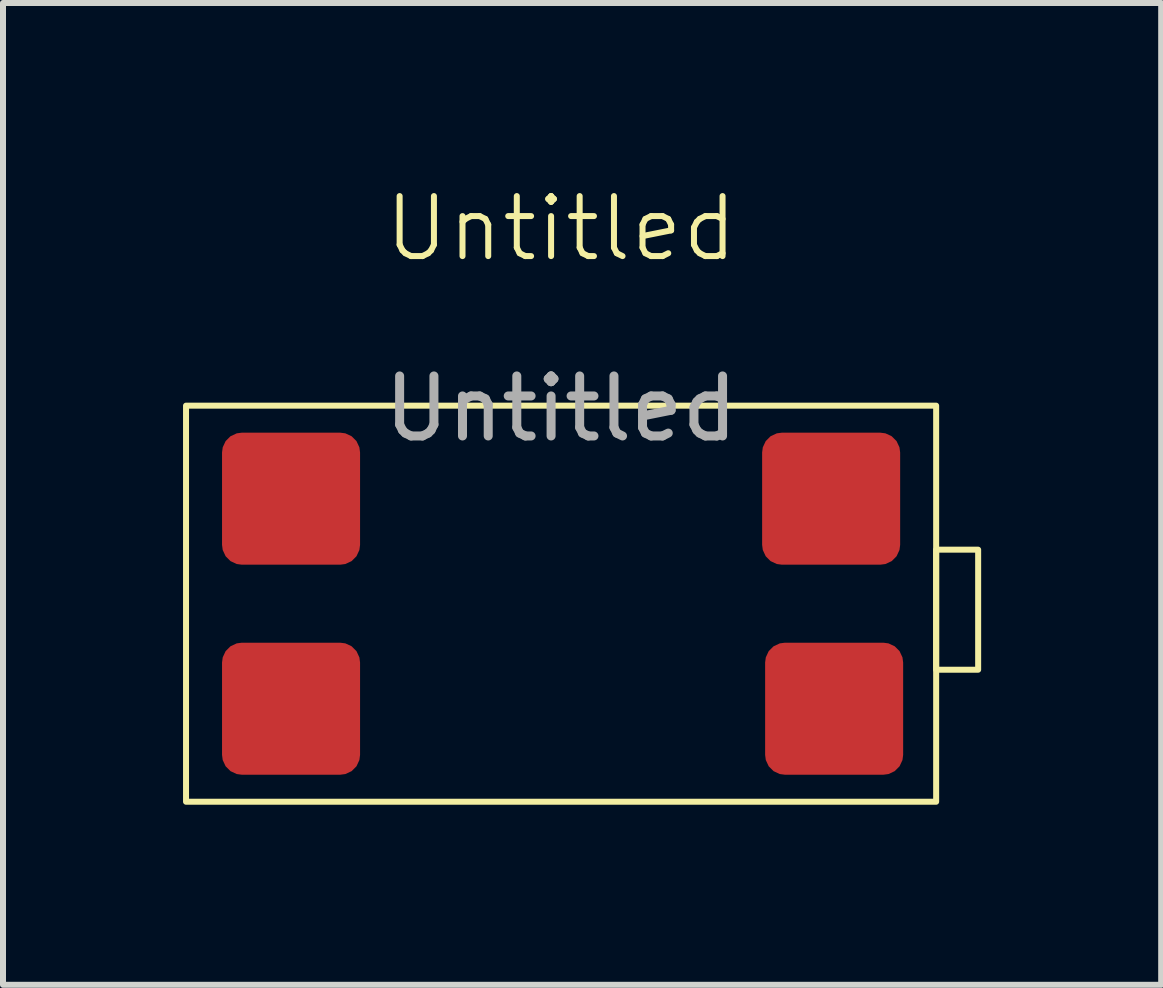
<source format=kicad_pcb>
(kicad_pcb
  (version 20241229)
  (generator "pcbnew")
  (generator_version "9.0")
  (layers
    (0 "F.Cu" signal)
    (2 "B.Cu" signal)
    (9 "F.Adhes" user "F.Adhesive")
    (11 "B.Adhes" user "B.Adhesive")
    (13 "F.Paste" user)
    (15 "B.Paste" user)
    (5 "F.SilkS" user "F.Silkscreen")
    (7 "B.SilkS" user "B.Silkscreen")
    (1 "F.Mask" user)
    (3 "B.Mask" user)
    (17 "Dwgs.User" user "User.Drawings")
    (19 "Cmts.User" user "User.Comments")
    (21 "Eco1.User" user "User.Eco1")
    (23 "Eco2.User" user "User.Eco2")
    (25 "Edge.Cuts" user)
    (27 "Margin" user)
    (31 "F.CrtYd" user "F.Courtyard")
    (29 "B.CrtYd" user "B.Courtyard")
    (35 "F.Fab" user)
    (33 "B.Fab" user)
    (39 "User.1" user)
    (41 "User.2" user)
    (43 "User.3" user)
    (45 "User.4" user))
  (footprint "Untitled"
    (layer "F.Cu")
    (at 6.3 1.26)
    (property "Reference" "Untitled" (at 0 -0.5 0) (unlocked yes) (layer "F.SilkS") (effects (font (size 1 1) (thickness 0.1))))
    (attr smd)
    (fp_rect (start -6.25 2.45) (end 6.25 9.05) (stroke (width 0.1) (type default)) (fill no) (layer "F.SilkS"))
    (fp_rect (start 6.25 4.85) (end 6.95 6.85) (stroke (width 0.1) (type default)) (fill no) (layer "F.SilkS"))
    (fp_text user "${REFERENCE}" (at 0 2.5 0) (unlocked yes) (layer "F.Fab") (effects (font (size 1 1) (thickness 0.15))))
    (pad "1" smd roundrect (at -4.5 7.5) (size 2.3 2.2) (layers "F.Cu" "F.Mask" "F.Paste") (roundrect_rratio 0.15))
    (pad "2" smd roundrect (at 4.55 7.5) (size 2.3 2.2) (layers "F.Cu" "F.Mask" "F.Paste") (roundrect_rratio 0.15))
    (pad "3" smd roundrect (at 4.5 4) (size 2.3 2.2) (layers "F.Cu" "F.Mask" "F.Paste") (roundrect_rratio 0.15))
    (pad "4" smd roundrect (at -4.5 4) (size 2.3 2.2) (layers "F.Cu" "F.Mask" "F.Paste") (roundrect_rratio 0.15)))
  (gr_rect
    (start -3 -3)
    (end 16.3 13.361)
    (stroke (width 0.1) (type default))
    (fill no)
    (layer "Edge.Cuts")))
</source>
